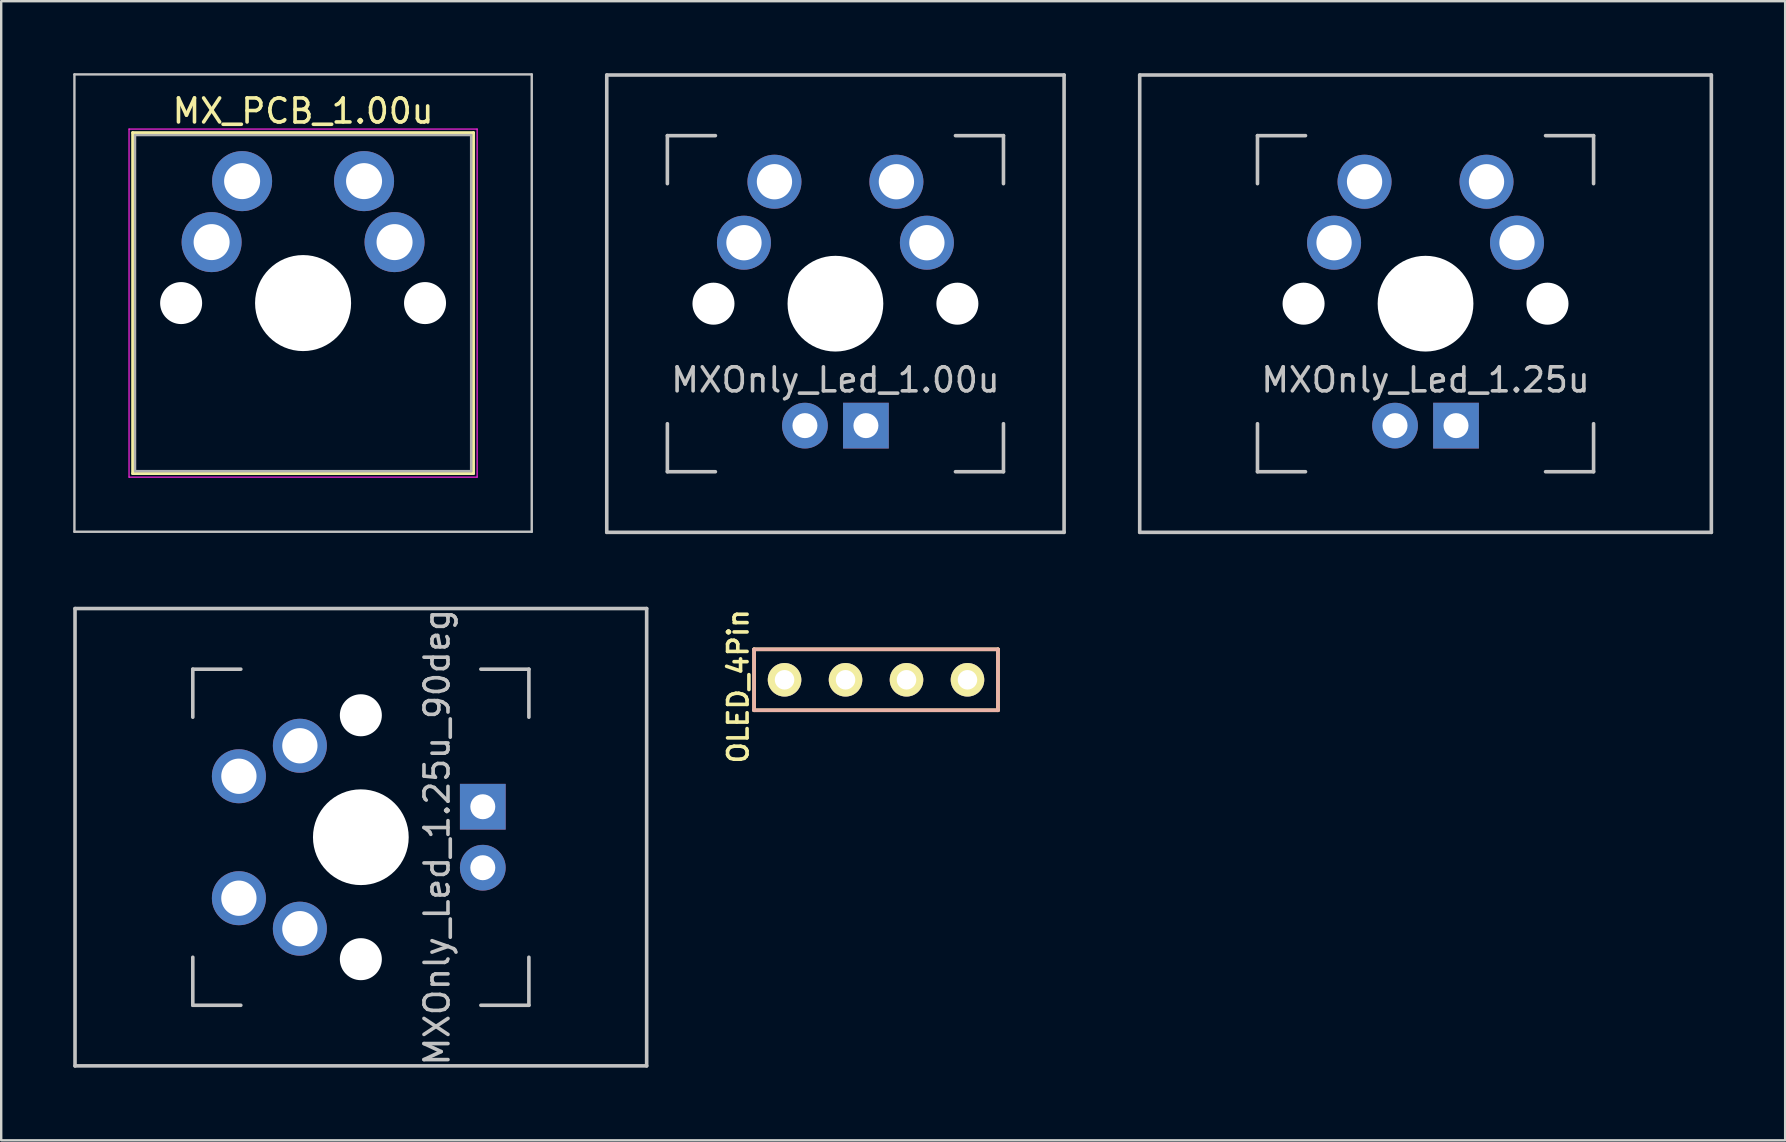
<source format=kicad_pcb>
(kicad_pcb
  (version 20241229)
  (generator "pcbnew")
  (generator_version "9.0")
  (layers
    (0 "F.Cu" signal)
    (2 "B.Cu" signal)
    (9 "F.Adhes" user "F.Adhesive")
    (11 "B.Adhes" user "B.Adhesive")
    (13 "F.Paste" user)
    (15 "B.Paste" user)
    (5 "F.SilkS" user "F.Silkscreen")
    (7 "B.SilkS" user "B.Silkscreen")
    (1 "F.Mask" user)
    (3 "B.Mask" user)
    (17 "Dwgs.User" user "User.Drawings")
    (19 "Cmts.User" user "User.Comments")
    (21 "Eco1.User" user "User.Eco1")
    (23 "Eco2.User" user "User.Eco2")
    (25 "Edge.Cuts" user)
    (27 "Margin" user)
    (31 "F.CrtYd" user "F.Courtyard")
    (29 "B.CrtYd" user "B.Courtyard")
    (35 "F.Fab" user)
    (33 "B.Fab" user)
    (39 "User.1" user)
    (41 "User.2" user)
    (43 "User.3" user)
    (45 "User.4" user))
  (footprint "MXOnly_Led_1.25u_90deg"
    (layer "F.Cu")
    (at 11.981 31.825)
    (property "Reference" "MXOnly_Led_1.25u_90deg" (at 3.175 0 90) (layer "Dwgs.User") (effects (font (size 1 1) (thickness 0.15))))
    (attr through_hole)
    (fp_line (start -11.906 -9.525) (end 11.906 -9.525) (stroke (width 0.15) (type solid)) (layer "Dwgs.User"))
    (fp_line (start -11.906 9.525) (end -11.906 -9.525) (stroke (width 0.15) (type solid)) (layer "Dwgs.User"))
    (fp_line (start -11.906 9.525) (end 11.906 9.525) (stroke (width 0.15) (type solid)) (layer "Dwgs.User"))
    (fp_line (start -7 -7) (end -7 -5) (stroke (width 0.15) (type solid)) (layer "Dwgs.User"))
    (fp_line (start -7 5) (end -7 7) (stroke (width 0.15) (type solid)) (layer "Dwgs.User"))
    (fp_line (start -7 7) (end -5 7) (stroke (width 0.15) (type solid)) (layer "Dwgs.User"))
    (fp_line (start -5 -7) (end -7 -7) (stroke (width 0.15) (type solid)) (layer "Dwgs.User"))
    (fp_line (start 5 -7) (end 7 -7) (stroke (width 0.15) (type solid)) (layer "Dwgs.User"))
    (fp_line (start 5 7) (end 7 7) (stroke (width 0.15) (type solid)) (layer "Dwgs.User"))
    (fp_line (start 7 -7) (end 7 -5) (stroke (width 0.15) (type solid)) (layer "Dwgs.User"))
    (fp_line (start 7 7) (end 7 5) (stroke (width 0.15) (type solid)) (layer "Dwgs.User"))
    (fp_line (start 11.906 -9.525) (end 11.906 9.525) (stroke (width 0.15) (type solid)) (layer "Dwgs.User"))
    (pad "" np_thru_hole circle (at 0 -5.08 138.1) (size 1.75 1.75) (drill 1.75) (layers "*.Cu" "*.Mask"))
    (pad "" np_thru_hole circle (at 0 0 90) (size 3.988 3.988) (drill 3.988) (layers "*.Cu" "*.Mask"))
    (pad "" np_thru_hole circle (at 0 5.08 138.1) (size 1.75 1.75) (drill 1.75) (layers "*.Cu" "*.Mask"))
    (pad "1" thru_hole circle (at -5.08 2.54 90) (size 2.25 2.25) (drill 1.47) (layers "*.Cu" "B.Mask"))
    (pad "1" thru_hole circle (at -2.54 3.81 90) (size 2.25 2.25) (drill 1.47) (layers "*.Cu" "B.Mask"))
    (pad "2" thru_hole circle (at -5.08 -2.54 90) (size 2.25 2.25) (drill 1.47) (layers "*.Cu" "B.Mask"))
    (pad "2" thru_hole circle (at -2.54 -3.81 90) (size 2.25 2.25) (drill 1.47) (layers "*.Cu" "B.Mask"))
    (pad "3" thru_hole circle (at 5.08 1.27 90) (size 1.905 1.905) (drill 1.04) (layers "*.Cu" "B.Mask"))
    (pad "4" thru_hole rect (at 5.08 -1.27 90) (size 1.905 1.905) (drill 1.04) (layers "*.Cu" "B.Mask")))
  (footprint "MXOnly_Led_1.00u"
    (layer "F.Cu")
    (at 31.75 9.6)
    (property "Reference" "MXOnly_Led_1.00u" (at 0 3.175 0) (layer "Dwgs.User") (effects (font (size 1 1) (thickness 0.15))))
    (attr through_hole)
    (fp_line (start -9.525 -9.525) (end 9.525 -9.525) (stroke (width 0.15) (type solid)) (layer "Dwgs.User"))
    (fp_line (start -9.525 9.525) (end -9.525 -9.525) (stroke (width 0.15) (type solid)) (layer "Dwgs.User"))
    (fp_line (start -7 -7) (end -7 -5) (stroke (width 0.15) (type solid)) (layer "Dwgs.User"))
    (fp_line (start -7 5) (end -7 7) (stroke (width 0.15) (type solid)) (layer "Dwgs.User"))
    (fp_line (start -7 7) (end -5 7) (stroke (width 0.15) (type solid)) (layer "Dwgs.User"))
    (fp_line (start -5 -7) (end -7 -7) (stroke (width 0.15) (type solid)) (layer "Dwgs.User"))
    (fp_line (start 5 -7) (end 7 -7) (stroke (width 0.15) (type solid)) (layer "Dwgs.User"))
    (fp_line (start 5 7) (end 7 7) (stroke (width 0.15) (type solid)) (layer "Dwgs.User"))
    (fp_line (start 7 -7) (end 7 -5) (stroke (width 0.15) (type solid)) (layer "Dwgs.User"))
    (fp_line (start 7 7) (end 7 5) (stroke (width 0.15) (type solid)) (layer "Dwgs.User"))
    (fp_line (start 9.525 -9.525) (end 9.525 9.525) (stroke (width 0.15) (type solid)) (layer "Dwgs.User"))
    (fp_line (start 9.525 9.525) (end -9.525 9.525) (stroke (width 0.15) (type solid)) (layer "Dwgs.User"))
    (pad "" np_thru_hole circle (at -5.08 0 48.1) (size 1.75 1.75) (drill 1.75) (layers "*.Cu" "*.Mask"))
    (pad "" np_thru_hole circle (at 0 0) (size 3.988 3.988) (drill 3.988) (layers "*.Cu" "*.Mask"))
    (pad "" np_thru_hole circle (at 5.08 0 48.1) (size 1.75 1.75) (drill 1.75) (layers "*.Cu" "*.Mask"))
    (pad "1" thru_hole circle (at -3.81 -2.54) (size 2.25 2.25) (drill 1.47) (layers "*.Cu" "B.Mask"))
    (pad "1" thru_hole circle (at -2.54 -5.08) (size 2.25 2.25) (drill 1.47) (layers "*.Cu" "B.Mask"))
    (pad "2" thru_hole circle (at 2.54 -5.08) (size 2.25 2.25) (drill 1.47) (layers "*.Cu" "B.Mask"))
    (pad "2" thru_hole circle (at 3.81 -2.54) (size 2.25 2.25) (drill 1.47) (layers "*.Cu" "B.Mask"))
    (pad "3" thru_hole circle (at -1.27 5.08) (size 1.905 1.905) (drill 1.04) (layers "*.Cu" "B.Mask"))
    (pad "4" thru_hole rect (at 1.27 5.08) (size 1.905 1.905) (drill 1.04) (layers "*.Cu" "B.Mask")))
  (footprint "OLED_4Pin"
    (layer "F.Cu")
    (at 29.631 25.267)
    (property "Reference" "OLED_4Pin" (at -1.93 0.27 90) (layer "F.SilkS") (effects (font (size 0.813 0.813) (thickness 0.15))))
    (attr through_hole)
    (fp_line (start -1.27 -1.27) (end 8.89 -1.27) (stroke (width 0.15) (type solid)) (layer "F.SilkS"))
    (fp_line (start -1.27 1.27) (end -1.27 -1.27) (stroke (width 0.15) (type solid)) (layer "F.SilkS"))
    (fp_line (start -1.27 1.27) (end 8.89 1.27) (stroke (width 0.15) (type solid)) (layer "F.SilkS"))
    (fp_line (start 8.89 -1.27) (end 8.89 1.27) (stroke (width 0.15) (type solid)) (layer "F.SilkS"))
    (fp_line (start -1.27 -1.27) (end 8.89 -1.27) (stroke (width 0.15) (type solid)) (layer "B.SilkS"))
    (fp_line (start -1.27 1.27) (end -1.27 -1.27) (stroke (width 0.15) (type solid)) (layer "B.SilkS"))
    (fp_line (start 8.89 -1.27) (end 8.89 1.27) (stroke (width 0.15) (type solid)) (layer "B.SilkS"))
    (fp_line (start 8.89 1.27) (end -1.27 1.27) (stroke (width 0.15) (type solid)) (layer "B.SilkS"))
    (pad "1" thru_hole circle (at 0 0) (size 1.397 1.397) (drill 0.813) (layers "*.Cu" "*.Mask" "F.SilkS"))
    (pad "2" thru_hole circle (at 2.54 0) (size 1.397 1.397) (drill 0.813) (layers "*.Cu" "*.Mask" "F.SilkS"))
    (pad "3" thru_hole circle (at 5.08 0) (size 1.397 1.397) (drill 0.813) (layers "*.Cu" "*.Mask" "F.SilkS"))
    (pad "4" thru_hole circle (at 7.62 0) (size 1.397 1.397) (drill 0.813) (layers "*.Cu" "*.Mask" "F.SilkS")))
  (footprint "MXOnly_Led_1.25u"
    (layer "F.Cu")
    (at 56.331 9.6)
    (property "Reference" "MXOnly_Led_1.25u" (at 0 3.175 0) (layer "Dwgs.User") (effects (font (size 1 1) (thickness 0.15))))
    (attr through_hole)
    (fp_line (start -11.906 -9.525) (end 11.906 -9.525) (stroke (width 0.15) (type solid)) (layer "Dwgs.User"))
    (fp_line (start -11.906 9.525) (end -11.906 -9.525) (stroke (width 0.15) (type solid)) (layer "Dwgs.User"))
    (fp_line (start -11.906 9.525) (end 11.906 9.525) (stroke (width 0.15) (type solid)) (layer "Dwgs.User"))
    (fp_line (start -7 -7) (end -7 -5) (stroke (width 0.15) (type solid)) (layer "Dwgs.User"))
    (fp_line (start -7 5) (end -7 7) (stroke (width 0.15) (type solid)) (layer "Dwgs.User"))
    (fp_line (start -7 7) (end -5 7) (stroke (width 0.15) (type solid)) (layer "Dwgs.User"))
    (fp_line (start -5 -7) (end -7 -7) (stroke (width 0.15) (type solid)) (layer "Dwgs.User"))
    (fp_line (start 5 -7) (end 7 -7) (stroke (width 0.15) (type solid)) (layer "Dwgs.User"))
    (fp_line (start 5 7) (end 7 7) (stroke (width 0.15) (type solid)) (layer "Dwgs.User"))
    (fp_line (start 7 -7) (end 7 -5) (stroke (width 0.15) (type solid)) (layer "Dwgs.User"))
    (fp_line (start 7 7) (end 7 5) (stroke (width 0.15) (type solid)) (layer "Dwgs.User"))
    (fp_line (start 11.906 -9.525) (end 11.906 9.525) (stroke (width 0.15) (type solid)) (layer "Dwgs.User"))
    (pad "" np_thru_hole circle (at -5.08 0 48.1) (size 1.75 1.75) (drill 1.75) (layers "*.Cu" "*.Mask"))
    (pad "" np_thru_hole circle (at 0 0) (size 3.988 3.988) (drill 3.988) (layers "*.Cu" "*.Mask"))
    (pad "" np_thru_hole circle (at 5.08 0 48.1) (size 1.75 1.75) (drill 1.75) (layers "*.Cu" "*.Mask"))
    (pad "1" thru_hole circle (at -3.81 -2.54) (size 2.25 2.25) (drill 1.47) (layers "*.Cu" "B.Mask"))
    (pad "1" thru_hole circle (at -2.54 -5.08) (size 2.25 2.25) (drill 1.47) (layers "*.Cu" "B.Mask"))
    (pad "2" thru_hole circle (at 2.54 -5.08) (size 2.25 2.25) (drill 1.47) (layers "*.Cu" "B.Mask"))
    (pad "2" thru_hole circle (at 3.81 -2.54) (size 2.25 2.25) (drill 1.47) (layers "*.Cu" "B.Mask"))
    (pad "3" thru_hole circle (at -1.27 5.08) (size 1.905 1.905) (drill 1.04) (layers "*.Cu" "B.Mask"))
    (pad "4" thru_hole rect (at 1.27 5.08) (size 1.905 1.905) (drill 1.04) (layers "*.Cu" "B.Mask")))
  (footprint "MX_PCB_1.00u"
    (layer "F.Cu")
    (at 9.575 9.575)
    (property "Reference" "MX_PCB_1.00u" (at 0 -8 0) (layer "F.SilkS") (effects (font (size 1 1) (thickness 0.15))))
    (attr through_hole)
    (fp_line (start -7.1 -7.1) (end -7.1 7.1) (stroke (width 0.12) (type solid)) (layer "F.SilkS"))
    (fp_line (start -7.1 7.1) (end 7.1 7.1) (stroke (width 0.12) (type solid)) (layer "F.SilkS"))
    (fp_line (start 7.1 -7.1) (end -7.1 -7.1) (stroke (width 0.12) (type solid)) (layer "F.SilkS"))
    (fp_line (start 7.1 7.1) (end 7.1 -7.1) (stroke (width 0.12) (type solid)) (layer "F.SilkS"))
    (fp_line (start -9.525 -9.525) (end -9.525 9.525) (stroke (width 0.1) (type solid)) (layer "Dwgs.User"))
    (fp_line (start -9.525 9.525) (end 9.525 9.525) (stroke (width 0.1) (type solid)) (layer "Dwgs.User"))
    (fp_line (start 9.525 -9.525) (end -9.525 -9.525) (stroke (width 0.1) (type solid)) (layer "Dwgs.User"))
    (fp_line (start 9.525 9.525) (end 9.525 -9.525) (stroke (width 0.1) (type solid)) (layer "Dwgs.User"))
    (fp_line (start -7 -7) (end -7 7) (stroke (width 0.1) (type solid)) (layer "Eco1.User"))
    (fp_line (start -7 7) (end 7 7) (stroke (width 0.1) (type solid)) (layer "Eco1.User"))
    (fp_line (start 7 -7) (end -7 -7) (stroke (width 0.1) (type solid)) (layer "Eco1.User"))
    (fp_line (start 7 7) (end 7 -7) (stroke (width 0.1) (type solid)) (layer "Eco1.User"))
    (fp_line (start -7.25 -7.25) (end -7.25 7.25) (stroke (width 0.05) (type solid)) (layer "F.CrtYd"))
    (fp_line (start -7.25 7.25) (end 7.25 7.25) (stroke (width 0.05) (type solid)) (layer "F.CrtYd"))
    (fp_line (start 7.25 -7.25) (end -7.25 -7.25) (stroke (width 0.05) (type solid)) (layer "F.CrtYd"))
    (fp_line (start 7.25 7.25) (end 7.25 -7.25) (stroke (width 0.05) (type solid)) (layer "F.CrtYd"))
    (fp_line (start -7 -7) (end -7 7) (stroke (width 0.1) (type solid)) (layer "F.Fab"))
    (fp_line (start -7 7) (end 7 7) (stroke (width 0.1) (type solid)) (layer "F.Fab"))
    (fp_line (start 7 -7) (end -7 -7) (stroke (width 0.1) (type solid)) (layer "F.Fab"))
    (fp_line (start 7 7) (end 7 -7) (stroke (width 0.1) (type solid)) (layer "F.Fab"))
    (pad "" np_thru_hole circle (at -5.08 0) (size 1.75 1.75) (drill 1.75) (layers "*.Cu" "*.Mask"))
    (pad "" np_thru_hole circle (at 0 0) (size 4 4) (drill 4) (layers "*.Cu" "*.Mask"))
    (pad "" np_thru_hole circle (at 5.08 0) (size 1.75 1.75) (drill 1.75) (layers "*.Cu" "*.Mask"))
    (pad "1" thru_hole circle (at -3.81 -2.54) (size 2.5 2.5) (drill 1.5) (layers "*.Cu" "*.Mask"))
    (pad "1" thru_hole circle (at -2.54 -5.08) (size 2.5 2.5) (drill 1.5) (layers "*.Cu" "*.Mask"))
    (pad "2" thru_hole circle (at 2.54 -5.08) (size 2.5 2.5) (drill 1.5) (layers "*.Cu" "*.Mask"))
    (pad "2" thru_hole circle (at 3.81 -2.54) (size 2.5 2.5) (drill 1.5) (layers "*.Cu" "*.Mask")))
  (gr_rect
    (start -3 -3)
    (end 71.312 44.45)
    (stroke (width 0.1) (type default))
    (fill no)
    (layer "Edge.Cuts")))
</source>
